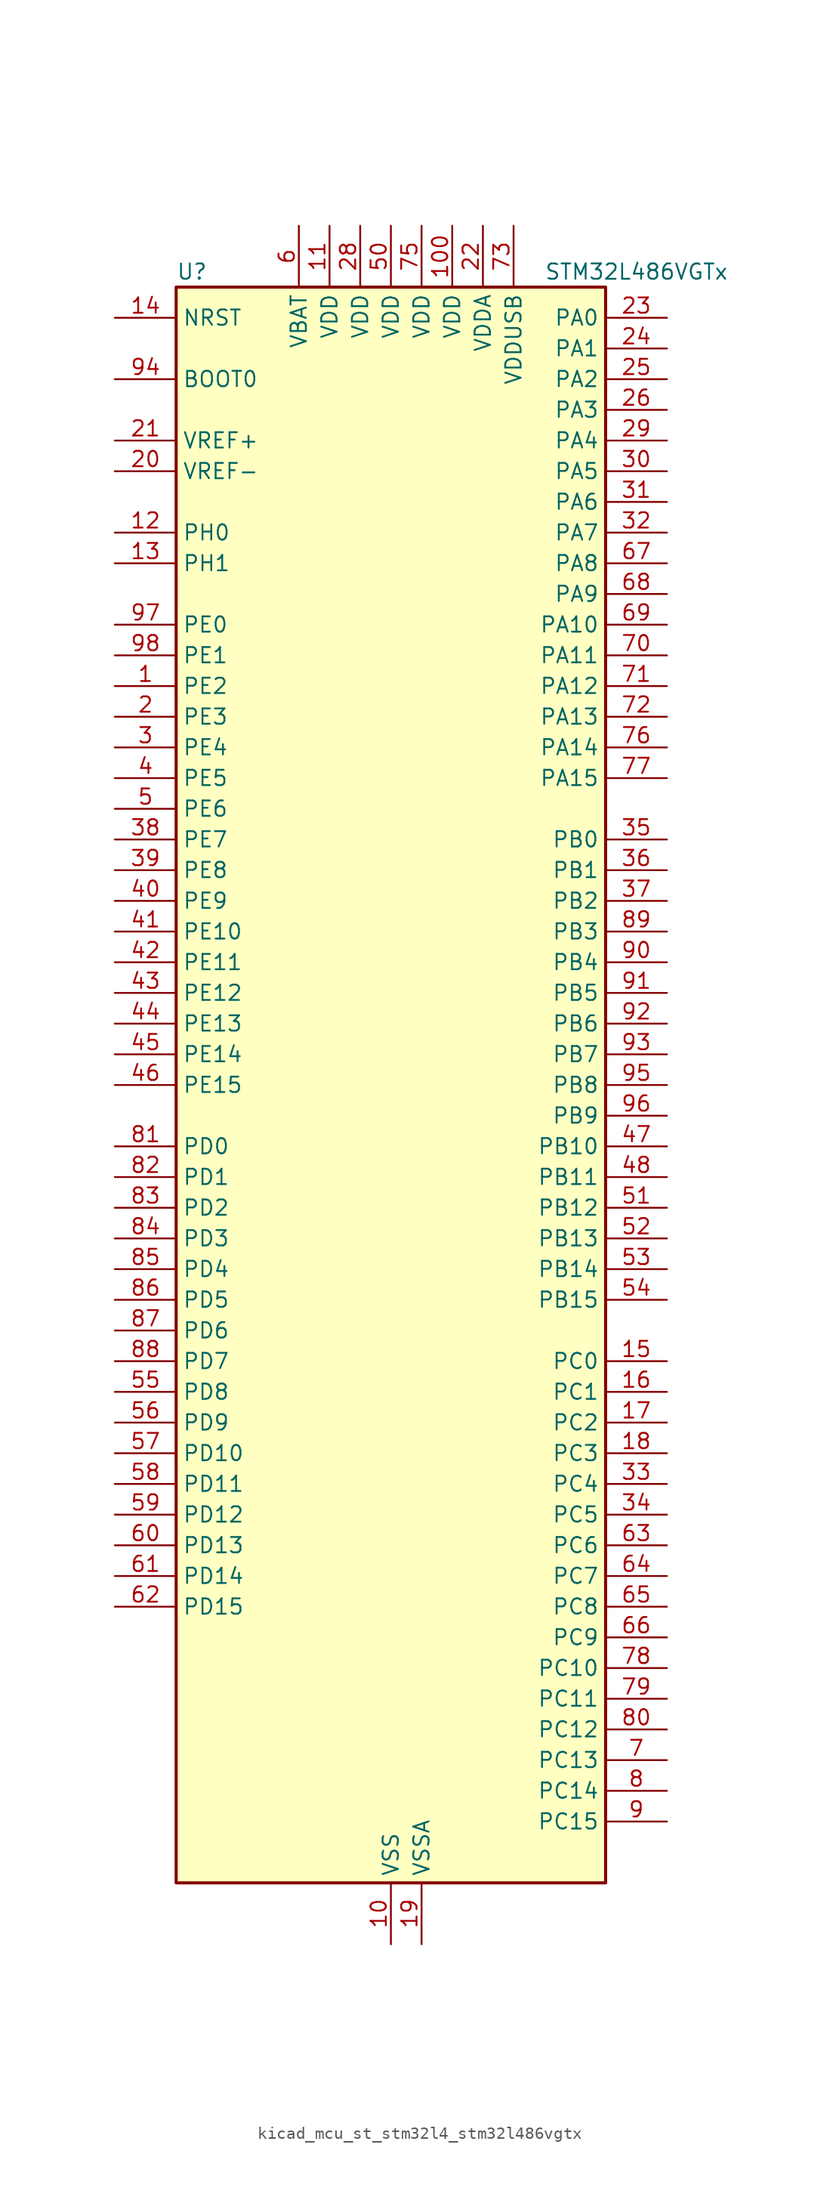
<source format=kicad_sym>
(kicad_symbol_lib
  (version 20220914)
  (generator kicad_symbol_editor)
  (symbol "kicad_mcu_st_stm32l4_stm32l486vgtx"
    (property "Reference" "U"
      (at -17.78 67.31 0)
      (effects (font (size 1.27 1.27)) (justify left)))
    (property "Value" "STM32L486VGTx"
      (at 12.7 67.31 0)
      (effects (font (size 1.27 1.27)) (justify left)))
    (property "ki_locked" ""
      (at 0 0 0)
      (effects (font (size 1.27 1.27))))
    (symbol "kicad_mcu_st_stm32l4_stm32l486vgtx_0_1"
      (rectangle (start -17.78 -66.04) (end 17.78 66.04) (stroke (width 0.254) (type default)) (fill (type background))))
    (symbol "kicad_mcu_st_stm32l4_stm32l486vgtx_1_1"
      (pin bidirectional line (at -22.86 33.02 0) (length 5.08) (name "PE2" (effects (font (size 1.27 1.27)))) (number "1" (effects (font (size 1.27 1.27)))) (alternate "FMC_A23" bidirectional line) (alternate "LCD_SEG38" bidirectional line) (alternate "SAI1_MCLK_A" bidirectional line) (alternate "SYS_TRACECLK" bidirectional line) (alternate "TIM3_ETR" bidirectional line) (alternate "TSC_G7_IO1" bidirectional line))
      (pin power_in line (at 0 -71.12 90) (length 5.08) (name "VSS" (effects (font (size 1.27 1.27)))) (number "10" (effects (font (size 1.27 1.27)))))
      (pin power_in line (at 5.08 71.12 270) (length 5.08) (name "VDD" (effects (font (size 1.27 1.27)))) (number "100" (effects (font (size 1.27 1.27)))))
      (pin power_in line (at -5.08 71.12 270) (length 5.08) (name "VDD" (effects (font (size 1.27 1.27)))) (number "11" (effects (font (size 1.27 1.27)))))
      (pin bidirectional line (at -22.86 45.72 0) (length 5.08) (name "PH0" (effects (font (size 1.27 1.27)))) (number "12" (effects (font (size 1.27 1.27)))) (alternate "RCC_OSC_IN" bidirectional line))
      (pin bidirectional line (at -22.86 43.18 0) (length 5.08) (name "PH1" (effects (font (size 1.27 1.27)))) (number "13" (effects (font (size 1.27 1.27)))) (alternate "RCC_OSC_OUT" bidirectional line))
      (pin input line (at -22.86 63.5 0) (length 5.08) (name "NRST" (effects (font (size 1.27 1.27)))) (number "14" (effects (font (size 1.27 1.27)))))
      (pin bidirectional line (at 22.86 -22.86 180) (length 5.08) (name "PC0" (effects (font (size 1.27 1.27)))) (number "15" (effects (font (size 1.27 1.27)))) (alternate "ADC1_IN1" bidirectional line) (alternate "ADC2_IN1" bidirectional line) (alternate "ADC3_IN1" bidirectional line) (alternate "DFSDM1_DATIN4" bidirectional line) (alternate "I2C3_SCL" bidirectional line) (alternate "LCD_SEG18" bidirectional line) (alternate "LPTIM1_IN1" bidirectional line) (alternate "LPTIM2_IN1" bidirectional line) (alternate "LPUART1_RX" bidirectional line))
      (pin bidirectional line (at 22.86 -25.4 180) (length 5.08) (name "PC1" (effects (font (size 1.27 1.27)))) (number "16" (effects (font (size 1.27 1.27)))) (alternate "ADC1_IN2" bidirectional line) (alternate "ADC2_IN2" bidirectional line) (alternate "ADC3_IN2" bidirectional line) (alternate "DFSDM1_CKIN4" bidirectional line) (alternate "I2C3_SDA" bidirectional line) (alternate "LCD_SEG19" bidirectional line) (alternate "LPTIM1_OUT" bidirectional line) (alternate "LPUART1_TX" bidirectional line))
      (pin bidirectional line (at 22.86 -27.94 180) (length 5.08) (name "PC2" (effects (font (size 1.27 1.27)))) (number "17" (effects (font (size 1.27 1.27)))) (alternate "ADC1_IN3" bidirectional line) (alternate "ADC2_IN3" bidirectional line) (alternate "ADC3_IN3" bidirectional line) (alternate "DFSDM1_CKOUT" bidirectional line) (alternate "LCD_SEG20" bidirectional line) (alternate "LPTIM1_IN2" bidirectional line) (alternate "SPI2_MISO" bidirectional line))
      (pin bidirectional line (at 22.86 -30.48 180) (length 5.08) (name "PC3" (effects (font (size 1.27 1.27)))) (number "18" (effects (font (size 1.27 1.27)))) (alternate "ADC1_IN4" bidirectional line) (alternate "ADC2_IN4" bidirectional line) (alternate "ADC3_IN4" bidirectional line) (alternate "LCD_VLCD" bidirectional line) (alternate "LPTIM1_ETR" bidirectional line) (alternate "LPTIM2_ETR" bidirectional line) (alternate "SAI1_SD_A" bidirectional line) (alternate "SPI2_MOSI" bidirectional line))
      (pin power_in line (at 2.54 -71.12 90) (length 5.08) (name "VSSA" (effects (font (size 1.27 1.27)))) (number "19" (effects (font (size 1.27 1.27)))))
      (pin bidirectional line (at -22.86 30.48 0) (length 5.08) (name "PE3" (effects (font (size 1.27 1.27)))) (number "2" (effects (font (size 1.27 1.27)))) (alternate "FMC_A19" bidirectional line) (alternate "LCD_SEG39" bidirectional line) (alternate "SAI1_SD_B" bidirectional line) (alternate "SYS_TRACED0" bidirectional line) (alternate "TIM3_CH1" bidirectional line) (alternate "TSC_G7_IO2" bidirectional line))
      (pin input line (at -22.86 50.8 0) (length 5.08) (name "VREF-" (effects (font (size 1.27 1.27)))) (number "20" (effects (font (size 1.27 1.27)))))
      (pin input line (at -22.86 53.34 0) (length 5.08) (name "VREF+" (effects (font (size 1.27 1.27)))) (number "21" (effects (font (size 1.27 1.27)))) (alternate "VREFBUF_OUT" bidirectional line))
      (pin power_in line (at 7.62 71.12 270) (length 5.08) (name "VDDA" (effects (font (size 1.27 1.27)))) (number "22" (effects (font (size 1.27 1.27)))))
      (pin bidirectional line (at 22.86 63.5 180) (length 5.08) (name "PA0" (effects (font (size 1.27 1.27)))) (number "23" (effects (font (size 1.27 1.27)))) (alternate "ADC1_IN5" bidirectional line) (alternate "ADC2_IN5" bidirectional line) (alternate "OPAMP1_VINP" bidirectional line) (alternate "RTC_TAMP2" bidirectional line) (alternate "SAI1_EXTCLK" bidirectional line) (alternate "SYS_WKUP1" bidirectional line) (alternate "TIM2_CH1" bidirectional line) (alternate "TIM2_ETR" bidirectional line) (alternate "TIM5_CH1" bidirectional line) (alternate "TIM8_ETR" bidirectional line) (alternate "UART4_TX" bidirectional line) (alternate "USART2_CTS" bidirectional line))
      (pin bidirectional line (at 22.86 60.96 180) (length 5.08) (name "PA1" (effects (font (size 1.27 1.27)))) (number "24" (effects (font (size 1.27 1.27)))) (alternate "ADC1_IN6" bidirectional line) (alternate "ADC2_IN6" bidirectional line) (alternate "LCD_SEG0" bidirectional line) (alternate "OPAMP1_VINM" bidirectional line) (alternate "TIM15_CH1N" bidirectional line) (alternate "TIM2_CH2" bidirectional line) (alternate "TIM5_CH2" bidirectional line) (alternate "UART4_RX" bidirectional line) (alternate "USART2_DE" bidirectional line) (alternate "USART2_RTS" bidirectional line))
      (pin bidirectional line (at 22.86 58.42 180) (length 5.08) (name "PA2" (effects (font (size 1.27 1.27)))) (number "25" (effects (font (size 1.27 1.27)))) (alternate "ADC1_IN7" bidirectional line) (alternate "ADC2_IN7" bidirectional line) (alternate "LCD_SEG1" bidirectional line) (alternate "RCC_LSCO" bidirectional line) (alternate "SAI2_EXTCLK" bidirectional line) (alternate "SYS_WKUP4" bidirectional line) (alternate "TIM15_CH1" bidirectional line) (alternate "TIM2_CH3" bidirectional line) (alternate "TIM5_CH3" bidirectional line) (alternate "USART2_TX" bidirectional line))
      (pin bidirectional line (at 22.86 55.88 180) (length 5.08) (name "PA3" (effects (font (size 1.27 1.27)))) (number "26" (effects (font (size 1.27 1.27)))) (alternate "ADC1_IN8" bidirectional line) (alternate "ADC2_IN8" bidirectional line) (alternate "LCD_SEG2" bidirectional line) (alternate "OPAMP1_VOUT" bidirectional line) (alternate "TIM15_CH2" bidirectional line) (alternate "TIM2_CH4" bidirectional line) (alternate "TIM5_CH4" bidirectional line) (alternate "USART2_RX" bidirectional line))
      (pin passive line (at 0 -71.12 90) (length 5.08) hide (name "VSS" (effects (font (size 1.27 1.27)))) (number "27" (effects (font (size 1.27 1.27)))))
      (pin power_in line (at -2.54 71.12 270) (length 5.08) (name "VDD" (effects (font (size 1.27 1.27)))) (number "28" (effects (font (size 1.27 1.27)))))
      (pin bidirectional line (at 22.86 53.34 180) (length 5.08) (name "PA4" (effects (font (size 1.27 1.27)))) (number "29" (effects (font (size 1.27 1.27)))) (alternate "ADC1_IN9" bidirectional line) (alternate "ADC2_IN9" bidirectional line) (alternate "DAC1_OUT1" bidirectional line) (alternate "LPTIM2_OUT" bidirectional line) (alternate "SAI1_FS_B" bidirectional line) (alternate "SPI1_NSS" bidirectional line) (alternate "SPI3_NSS" bidirectional line) (alternate "USART2_CK" bidirectional line))
      (pin bidirectional line (at -22.86 27.94 0) (length 5.08) (name "PE4" (effects (font (size 1.27 1.27)))) (number "3" (effects (font (size 1.27 1.27)))) (alternate "DFSDM1_DATIN3" bidirectional line) (alternate "FMC_A20" bidirectional line) (alternate "SAI1_FS_A" bidirectional line) (alternate "SYS_TRACED1" bidirectional line) (alternate "TIM3_CH2" bidirectional line) (alternate "TSC_G7_IO3" bidirectional line))
      (pin bidirectional line (at 22.86 50.8 180) (length 5.08) (name "PA5" (effects (font (size 1.27 1.27)))) (number "30" (effects (font (size 1.27 1.27)))) (alternate "ADC1_IN10" bidirectional line) (alternate "ADC2_IN10" bidirectional line) (alternate "DAC1_OUT2" bidirectional line) (alternate "LPTIM2_ETR" bidirectional line) (alternate "SPI1_SCK" bidirectional line) (alternate "TIM2_CH1" bidirectional line) (alternate "TIM2_ETR" bidirectional line) (alternate "TIM8_CH1N" bidirectional line))
      (pin bidirectional line (at 22.86 48.26 180) (length 5.08) (name "PA6" (effects (font (size 1.27 1.27)))) (number "31" (effects (font (size 1.27 1.27)))) (alternate "ADC1_IN11" bidirectional line) (alternate "ADC2_IN11" bidirectional line) (alternate "LCD_SEG3" bidirectional line) (alternate "OPAMP2_VINP" bidirectional line) (alternate "QUADSPI_BK1_IO3" bidirectional line) (alternate "SPI1_MISO" bidirectional line) (alternate "TIM16_CH1" bidirectional line) (alternate "TIM1_BKIN" bidirectional line) (alternate "TIM1_BKIN_COMP2" bidirectional line) (alternate "TIM3_CH1" bidirectional line) (alternate "TIM8_BKIN" bidirectional line) (alternate "TIM8_BKIN_COMP2" bidirectional line) (alternate "USART3_CTS" bidirectional line))
      (pin bidirectional line (at 22.86 45.72 180) (length 5.08) (name "PA7" (effects (font (size 1.27 1.27)))) (number "32" (effects (font (size 1.27 1.27)))) (alternate "ADC1_IN12" bidirectional line) (alternate "ADC2_IN12" bidirectional line) (alternate "LCD_SEG4" bidirectional line) (alternate "OPAMP2_VINM" bidirectional line) (alternate "QUADSPI_BK1_IO2" bidirectional line) (alternate "SPI1_MOSI" bidirectional line) (alternate "TIM17_CH1" bidirectional line) (alternate "TIM1_CH1N" bidirectional line) (alternate "TIM3_CH2" bidirectional line) (alternate "TIM8_CH1N" bidirectional line))
      (pin bidirectional line (at 22.86 -33.02 180) (length 5.08) (name "PC4" (effects (font (size 1.27 1.27)))) (number "33" (effects (font (size 1.27 1.27)))) (alternate "ADC1_IN13" bidirectional line) (alternate "ADC2_IN13" bidirectional line) (alternate "COMP1_INM" bidirectional line) (alternate "LCD_SEG22" bidirectional line) (alternate "USART3_TX" bidirectional line))
      (pin bidirectional line (at 22.86 -35.56 180) (length 5.08) (name "PC5" (effects (font (size 1.27 1.27)))) (number "34" (effects (font (size 1.27 1.27)))) (alternate "ADC1_IN14" bidirectional line) (alternate "ADC2_IN14" bidirectional line) (alternate "COMP1_INP" bidirectional line) (alternate "LCD_SEG23" bidirectional line) (alternate "SYS_WKUP5" bidirectional line) (alternate "USART3_RX" bidirectional line))
      (pin bidirectional line (at 22.86 20.32 180) (length 5.08) (name "PB0" (effects (font (size 1.27 1.27)))) (number "35" (effects (font (size 1.27 1.27)))) (alternate "ADC1_IN15" bidirectional line) (alternate "ADC2_IN15" bidirectional line) (alternate "COMP1_OUT" bidirectional line) (alternate "LCD_SEG5" bidirectional line) (alternate "OPAMP2_VOUT" bidirectional line) (alternate "QUADSPI_BK1_IO1" bidirectional line) (alternate "TIM1_CH2N" bidirectional line) (alternate "TIM3_CH3" bidirectional line) (alternate "TIM8_CH2N" bidirectional line) (alternate "USART3_CK" bidirectional line))
      (pin bidirectional line (at 22.86 17.78 180) (length 5.08) (name "PB1" (effects (font (size 1.27 1.27)))) (number "36" (effects (font (size 1.27 1.27)))) (alternate "ADC1_IN16" bidirectional line) (alternate "ADC2_IN16" bidirectional line) (alternate "COMP1_INM" bidirectional line) (alternate "DFSDM1_DATIN0" bidirectional line) (alternate "LCD_SEG6" bidirectional line) (alternate "LPTIM2_IN1" bidirectional line) (alternate "QUADSPI_BK1_IO0" bidirectional line) (alternate "TIM1_CH3N" bidirectional line) (alternate "TIM3_CH4" bidirectional line) (alternate "TIM8_CH3N" bidirectional line) (alternate "USART3_DE" bidirectional line) (alternate "USART3_RTS" bidirectional line))
      (pin bidirectional line (at 22.86 15.24 180) (length 5.08) (name "PB2" (effects (font (size 1.27 1.27)))) (number "37" (effects (font (size 1.27 1.27)))) (alternate "COMP1_INP" bidirectional line) (alternate "DFSDM1_CKIN0" bidirectional line) (alternate "I2C3_SMBA" bidirectional line) (alternate "LPTIM1_OUT" bidirectional line) (alternate "RTC_OUT_ALARM" bidirectional line) (alternate "RTC_OUT_CALIB" bidirectional line))
      (pin bidirectional line (at -22.86 20.32 0) (length 5.08) (name "PE7" (effects (font (size 1.27 1.27)))) (number "38" (effects (font (size 1.27 1.27)))) (alternate "DFSDM1_DATIN2" bidirectional line) (alternate "FMC_D4" bidirectional line) (alternate "FMC_DA4" bidirectional line) (alternate "SAI1_SD_B" bidirectional line) (alternate "TIM1_ETR" bidirectional line))
      (pin bidirectional line (at -22.86 17.78 0) (length 5.08) (name "PE8" (effects (font (size 1.27 1.27)))) (number "39" (effects (font (size 1.27 1.27)))) (alternate "DFSDM1_CKIN2" bidirectional line) (alternate "FMC_D5" bidirectional line) (alternate "FMC_DA5" bidirectional line) (alternate "SAI1_SCK_B" bidirectional line) (alternate "TIM1_CH1N" bidirectional line))
      (pin bidirectional line (at -22.86 25.4 0) (length 5.08) (name "PE5" (effects (font (size 1.27 1.27)))) (number "4" (effects (font (size 1.27 1.27)))) (alternate "DFSDM1_CKIN3" bidirectional line) (alternate "FMC_A21" bidirectional line) (alternate "SAI1_SCK_A" bidirectional line) (alternate "SYS_TRACED2" bidirectional line) (alternate "TIM3_CH3" bidirectional line) (alternate "TSC_G7_IO4" bidirectional line))
      (pin bidirectional line (at -22.86 15.24 0) (length 5.08) (name "PE9" (effects (font (size 1.27 1.27)))) (number "40" (effects (font (size 1.27 1.27)))) (alternate "DAC1_EXTI9" bidirectional line) (alternate "DFSDM1_CKOUT" bidirectional line) (alternate "FMC_D6" bidirectional line) (alternate "FMC_DA6" bidirectional line) (alternate "SAI1_FS_B" bidirectional line) (alternate "TIM1_CH1" bidirectional line))
      (pin bidirectional line (at -22.86 12.7 0) (length 5.08) (name "PE10" (effects (font (size 1.27 1.27)))) (number "41" (effects (font (size 1.27 1.27)))) (alternate "DFSDM1_DATIN4" bidirectional line) (alternate "FMC_D7" bidirectional line) (alternate "FMC_DA7" bidirectional line) (alternate "QUADSPI_CLK" bidirectional line) (alternate "SAI1_MCLK_B" bidirectional line) (alternate "TIM1_CH2N" bidirectional line) (alternate "TSC_G5_IO1" bidirectional line))
      (pin bidirectional line (at -22.86 10.16 0) (length 5.08) (name "PE11" (effects (font (size 1.27 1.27)))) (number "42" (effects (font (size 1.27 1.27)))) (alternate "ADC1_EXTI11" bidirectional line) (alternate "ADC2_EXTI11" bidirectional line) (alternate "ADC3_EXTI11" bidirectional line) (alternate "DFSDM1_CKIN4" bidirectional line) (alternate "FMC_D8" bidirectional line) (alternate "FMC_DA8" bidirectional line) (alternate "QUADSPI_NCS" bidirectional line) (alternate "TIM1_CH2" bidirectional line) (alternate "TSC_G5_IO2" bidirectional line))
      (pin bidirectional line (at -22.86 7.62 0) (length 5.08) (name "PE12" (effects (font (size 1.27 1.27)))) (number "43" (effects (font (size 1.27 1.27)))) (alternate "DFSDM1_DATIN5" bidirectional line) (alternate "FMC_D9" bidirectional line) (alternate "FMC_DA9" bidirectional line) (alternate "QUADSPI_BK1_IO0" bidirectional line) (alternate "SPI1_NSS" bidirectional line) (alternate "TIM1_CH3N" bidirectional line) (alternate "TSC_G5_IO3" bidirectional line))
      (pin bidirectional line (at -22.86 5.08 0) (length 5.08) (name "PE13" (effects (font (size 1.27 1.27)))) (number "44" (effects (font (size 1.27 1.27)))) (alternate "DFSDM1_CKIN5" bidirectional line) (alternate "FMC_D10" bidirectional line) (alternate "FMC_DA10" bidirectional line) (alternate "QUADSPI_BK1_IO1" bidirectional line) (alternate "SPI1_SCK" bidirectional line) (alternate "TIM1_CH3" bidirectional line) (alternate "TSC_G5_IO4" bidirectional line))
      (pin bidirectional line (at -22.86 2.54 0) (length 5.08) (name "PE14" (effects (font (size 1.27 1.27)))) (number "45" (effects (font (size 1.27 1.27)))) (alternate "FMC_D11" bidirectional line) (alternate "FMC_DA11" bidirectional line) (alternate "QUADSPI_BK1_IO2" bidirectional line) (alternate "SPI1_MISO" bidirectional line) (alternate "TIM1_BKIN2" bidirectional line) (alternate "TIM1_BKIN2_COMP2" bidirectional line) (alternate "TIM1_CH4" bidirectional line))
      (pin bidirectional line (at -22.86 0 0) (length 5.08) (name "PE15" (effects (font (size 1.27 1.27)))) (number "46" (effects (font (size 1.27 1.27)))) (alternate "ADC1_EXTI15" bidirectional line) (alternate "ADC2_EXTI15" bidirectional line) (alternate "ADC3_EXTI15" bidirectional line) (alternate "FMC_D12" bidirectional line) (alternate "FMC_DA12" bidirectional line) (alternate "QUADSPI_BK1_IO3" bidirectional line) (alternate "SPI1_MOSI" bidirectional line) (alternate "TIM1_BKIN" bidirectional line) (alternate "TIM1_BKIN_COMP1" bidirectional line))
      (pin bidirectional line (at 22.86 -5.08 180) (length 5.08) (name "PB10" (effects (font (size 1.27 1.27)))) (number "47" (effects (font (size 1.27 1.27)))) (alternate "COMP1_OUT" bidirectional line) (alternate "DFSDM1_DATIN7" bidirectional line) (alternate "I2C2_SCL" bidirectional line) (alternate "LCD_SEG10" bidirectional line) (alternate "LPUART1_RX" bidirectional line) (alternate "QUADSPI_CLK" bidirectional line) (alternate "SAI1_SCK_A" bidirectional line) (alternate "SPI2_SCK" bidirectional line) (alternate "TIM2_CH3" bidirectional line) (alternate "USART3_TX" bidirectional line))
      (pin bidirectional line (at 22.86 -7.62 180) (length 5.08) (name "PB11" (effects (font (size 1.27 1.27)))) (number "48" (effects (font (size 1.27 1.27)))) (alternate "ADC1_EXTI11" bidirectional line) (alternate "ADC2_EXTI11" bidirectional line) (alternate "ADC3_EXTI11" bidirectional line) (alternate "COMP2_OUT" bidirectional line) (alternate "DFSDM1_CKIN7" bidirectional line) (alternate "I2C2_SDA" bidirectional line) (alternate "LCD_SEG11" bidirectional line) (alternate "LPUART1_TX" bidirectional line) (alternate "QUADSPI_NCS" bidirectional line) (alternate "TIM2_CH4" bidirectional line) (alternate "USART3_RX" bidirectional line))
      (pin passive line (at 0 -71.12 90) (length 5.08) hide (name "VSS" (effects (font (size 1.27 1.27)))) (number "49" (effects (font (size 1.27 1.27)))))
      (pin bidirectional line (at -22.86 22.86 0) (length 5.08) (name "PE6" (effects (font (size 1.27 1.27)))) (number "5" (effects (font (size 1.27 1.27)))) (alternate "FMC_A22" bidirectional line) (alternate "RTC_TAMP3" bidirectional line) (alternate "SAI1_SD_A" bidirectional line) (alternate "SYS_TRACED3" bidirectional line) (alternate "SYS_WKUP3" bidirectional line) (alternate "TIM3_CH4" bidirectional line))
      (pin power_in line (at 0 71.12 270) (length 5.08) (name "VDD" (effects (font (size 1.27 1.27)))) (number "50" (effects (font (size 1.27 1.27)))))
      (pin bidirectional line (at 22.86 -10.16 180) (length 5.08) (name "PB12" (effects (font (size 1.27 1.27)))) (number "51" (effects (font (size 1.27 1.27)))) (alternate "DFSDM1_DATIN1" bidirectional line) (alternate "I2C2_SMBA" bidirectional line) (alternate "LCD_SEG12" bidirectional line) (alternate "LPUART1_DE" bidirectional line) (alternate "LPUART1_RTS" bidirectional line) (alternate "SAI2_FS_A" bidirectional line) (alternate "SPI2_NSS" bidirectional line) (alternate "SWPMI1_IO" bidirectional line) (alternate "TIM15_BKIN" bidirectional line) (alternate "TIM1_BKIN" bidirectional line) (alternate "TIM1_BKIN_COMP2" bidirectional line) (alternate "TSC_G1_IO1" bidirectional line) (alternate "USART3_CK" bidirectional line))
      (pin bidirectional line (at 22.86 -12.7 180) (length 5.08) (name "PB13" (effects (font (size 1.27 1.27)))) (number "52" (effects (font (size 1.27 1.27)))) (alternate "DFSDM1_CKIN1" bidirectional line) (alternate "I2C2_SCL" bidirectional line) (alternate "LCD_SEG13" bidirectional line) (alternate "LPUART1_CTS" bidirectional line) (alternate "SAI2_SCK_A" bidirectional line) (alternate "SPI2_SCK" bidirectional line) (alternate "SWPMI1_TX" bidirectional line) (alternate "TIM15_CH1N" bidirectional line) (alternate "TIM1_CH1N" bidirectional line) (alternate "TSC_G1_IO2" bidirectional line) (alternate "USART3_CTS" bidirectional line))
      (pin bidirectional line (at 22.86 -15.24 180) (length 5.08) (name "PB14" (effects (font (size 1.27 1.27)))) (number "53" (effects (font (size 1.27 1.27)))) (alternate "DFSDM1_DATIN2" bidirectional line) (alternate "I2C2_SDA" bidirectional line) (alternate "LCD_SEG14" bidirectional line) (alternate "SAI2_MCLK_A" bidirectional line) (alternate "SPI2_MISO" bidirectional line) (alternate "SWPMI1_RX" bidirectional line) (alternate "TIM15_CH1" bidirectional line) (alternate "TIM1_CH2N" bidirectional line) (alternate "TIM8_CH2N" bidirectional line) (alternate "TSC_G1_IO3" bidirectional line) (alternate "USART3_DE" bidirectional line) (alternate "USART3_RTS" bidirectional line))
      (pin bidirectional line (at 22.86 -17.78 180) (length 5.08) (name "PB15" (effects (font (size 1.27 1.27)))) (number "54" (effects (font (size 1.27 1.27)))) (alternate "ADC1_EXTI15" bidirectional line) (alternate "ADC2_EXTI15" bidirectional line) (alternate "ADC3_EXTI15" bidirectional line) (alternate "DFSDM1_CKIN2" bidirectional line) (alternate "LCD_SEG15" bidirectional line) (alternate "RTC_REFIN" bidirectional line) (alternate "SAI2_SD_A" bidirectional line) (alternate "SPI2_MOSI" bidirectional line) (alternate "SWPMI1_SUSPEND" bidirectional line) (alternate "TIM15_CH2" bidirectional line) (alternate "TIM1_CH3N" bidirectional line) (alternate "TIM8_CH3N" bidirectional line) (alternate "TSC_G1_IO4" bidirectional line))
      (pin bidirectional line (at -22.86 -25.4 0) (length 5.08) (name "PD8" (effects (font (size 1.27 1.27)))) (number "55" (effects (font (size 1.27 1.27)))) (alternate "FMC_D13" bidirectional line) (alternate "FMC_DA13" bidirectional line) (alternate "LCD_SEG28" bidirectional line) (alternate "USART3_TX" bidirectional line))
      (pin bidirectional line (at -22.86 -27.94 0) (length 5.08) (name "PD9" (effects (font (size 1.27 1.27)))) (number "56" (effects (font (size 1.27 1.27)))) (alternate "DAC1_EXTI9" bidirectional line) (alternate "FMC_D14" bidirectional line) (alternate "FMC_DA14" bidirectional line) (alternate "LCD_SEG29" bidirectional line) (alternate "SAI2_MCLK_A" bidirectional line) (alternate "USART3_RX" bidirectional line))
      (pin bidirectional line (at -22.86 -30.48 0) (length 5.08) (name "PD10" (effects (font (size 1.27 1.27)))) (number "57" (effects (font (size 1.27 1.27)))) (alternate "FMC_D15" bidirectional line) (alternate "FMC_DA15" bidirectional line) (alternate "LCD_SEG30" bidirectional line) (alternate "SAI2_SCK_A" bidirectional line) (alternate "TSC_G6_IO1" bidirectional line) (alternate "USART3_CK" bidirectional line))
      (pin bidirectional line (at -22.86 -33.02 0) (length 5.08) (name "PD11" (effects (font (size 1.27 1.27)))) (number "58" (effects (font (size 1.27 1.27)))) (alternate "ADC1_EXTI11" bidirectional line) (alternate "ADC2_EXTI11" bidirectional line) (alternate "ADC3_EXTI11" bidirectional line) (alternate "FMC_A16" bidirectional line) (alternate "FMC_CLE" bidirectional line) (alternate "LCD_SEG31" bidirectional line) (alternate "LPTIM2_ETR" bidirectional line) (alternate "SAI2_SD_A" bidirectional line) (alternate "TSC_G6_IO2" bidirectional line) (alternate "USART3_CTS" bidirectional line))
      (pin bidirectional line (at -22.86 -35.56 0) (length 5.08) (name "PD12" (effects (font (size 1.27 1.27)))) (number "59" (effects (font (size 1.27 1.27)))) (alternate "FMC_A17" bidirectional line) (alternate "FMC_ALE" bidirectional line) (alternate "LCD_SEG32" bidirectional line) (alternate "LPTIM2_IN1" bidirectional line) (alternate "SAI2_FS_A" bidirectional line) (alternate "TIM4_CH1" bidirectional line) (alternate "TSC_G6_IO3" bidirectional line) (alternate "USART3_DE" bidirectional line) (alternate "USART3_RTS" bidirectional line))
      (pin power_in line (at -7.62 71.12 270) (length 5.08) (name "VBAT" (effects (font (size 1.27 1.27)))) (number "6" (effects (font (size 1.27 1.27)))))
      (pin bidirectional line (at -22.86 -38.1 0) (length 5.08) (name "PD13" (effects (font (size 1.27 1.27)))) (number "60" (effects (font (size 1.27 1.27)))) (alternate "FMC_A18" bidirectional line) (alternate "LCD_SEG33" bidirectional line) (alternate "LPTIM2_OUT" bidirectional line) (alternate "TIM4_CH2" bidirectional line) (alternate "TSC_G6_IO4" bidirectional line))
      (pin bidirectional line (at -22.86 -40.64 0) (length 5.08) (name "PD14" (effects (font (size 1.27 1.27)))) (number "61" (effects (font (size 1.27 1.27)))) (alternate "FMC_D0" bidirectional line) (alternate "FMC_DA0" bidirectional line) (alternate "LCD_SEG34" bidirectional line) (alternate "TIM4_CH3" bidirectional line))
      (pin bidirectional line (at -22.86 -43.18 0) (length 5.08) (name "PD15" (effects (font (size 1.27 1.27)))) (number "62" (effects (font (size 1.27 1.27)))) (alternate "ADC1_EXTI15" bidirectional line) (alternate "ADC2_EXTI15" bidirectional line) (alternate "ADC3_EXTI15" bidirectional line) (alternate "FMC_D1" bidirectional line) (alternate "FMC_DA1" bidirectional line) (alternate "LCD_SEG35" bidirectional line) (alternate "TIM4_CH4" bidirectional line))
      (pin bidirectional line (at 22.86 -38.1 180) (length 5.08) (name "PC6" (effects (font (size 1.27 1.27)))) (number "63" (effects (font (size 1.27 1.27)))) (alternate "DFSDM1_CKIN3" bidirectional line) (alternate "LCD_SEG24" bidirectional line) (alternate "SAI2_MCLK_A" bidirectional line) (alternate "SDMMC1_D6" bidirectional line) (alternate "TIM3_CH1" bidirectional line) (alternate "TIM8_CH1" bidirectional line) (alternate "TSC_G4_IO1" bidirectional line))
      (pin bidirectional line (at 22.86 -40.64 180) (length 5.08) (name "PC7" (effects (font (size 1.27 1.27)))) (number "64" (effects (font (size 1.27 1.27)))) (alternate "DFSDM1_DATIN3" bidirectional line) (alternate "LCD_SEG25" bidirectional line) (alternate "SAI2_MCLK_B" bidirectional line) (alternate "SDMMC1_D7" bidirectional line) (alternate "TIM3_CH2" bidirectional line) (alternate "TIM8_CH2" bidirectional line) (alternate "TSC_G4_IO2" bidirectional line))
      (pin bidirectional line (at 22.86 -43.18 180) (length 5.08) (name "PC8" (effects (font (size 1.27 1.27)))) (number "65" (effects (font (size 1.27 1.27)))) (alternate "LCD_SEG26" bidirectional line) (alternate "SDMMC1_D0" bidirectional line) (alternate "TIM3_CH3" bidirectional line) (alternate "TIM8_CH3" bidirectional line) (alternate "TSC_G4_IO3" bidirectional line))
      (pin bidirectional line (at 22.86 -45.72 180) (length 5.08) (name "PC9" (effects (font (size 1.27 1.27)))) (number "66" (effects (font (size 1.27 1.27)))) (alternate "DAC1_EXTI9" bidirectional line) (alternate "LCD_SEG27" bidirectional line) (alternate "SAI2_EXTCLK" bidirectional line) (alternate "SDMMC1_D1" bidirectional line) (alternate "TIM3_CH4" bidirectional line) (alternate "TIM8_BKIN2" bidirectional line) (alternate "TIM8_BKIN2_COMP1" bidirectional line) (alternate "TIM8_CH4" bidirectional line) (alternate "TSC_G4_IO4" bidirectional line) (alternate "USB_OTG_FS_NOE" bidirectional line))
      (pin bidirectional line (at 22.86 43.18 180) (length 5.08) (name "PA8" (effects (font (size 1.27 1.27)))) (number "67" (effects (font (size 1.27 1.27)))) (alternate "LCD_COM0" bidirectional line) (alternate "LPTIM2_OUT" bidirectional line) (alternate "RCC_MCO" bidirectional line) (alternate "TIM1_CH1" bidirectional line) (alternate "USART1_CK" bidirectional line) (alternate "USB_OTG_FS_SOF" bidirectional line))
      (pin bidirectional line (at 22.86 40.64 180) (length 5.08) (name "PA9" (effects (font (size 1.27 1.27)))) (number "68" (effects (font (size 1.27 1.27)))) (alternate "DAC1_EXTI9" bidirectional line) (alternate "LCD_COM1" bidirectional line) (alternate "TIM15_BKIN" bidirectional line) (alternate "TIM1_CH2" bidirectional line) (alternate "USART1_TX" bidirectional line) (alternate "USB_OTG_FS_VBUS" bidirectional line))
      (pin bidirectional line (at 22.86 38.1 180) (length 5.08) (name "PA10" (effects (font (size 1.27 1.27)))) (number "69" (effects (font (size 1.27 1.27)))) (alternate "LCD_COM2" bidirectional line) (alternate "TIM17_BKIN" bidirectional line) (alternate "TIM1_CH3" bidirectional line) (alternate "USART1_RX" bidirectional line) (alternate "USB_OTG_FS_ID" bidirectional line))
      (pin bidirectional line (at 22.86 -55.88 180) (length 5.08) (name "PC13" (effects (font (size 1.27 1.27)))) (number "7" (effects (font (size 1.27 1.27)))) (alternate "RTC_OUT_ALARM" bidirectional line) (alternate "RTC_OUT_CALIB" bidirectional line) (alternate "RTC_TAMP1" bidirectional line) (alternate "RTC_TS" bidirectional line) (alternate "SYS_WKUP2" bidirectional line))
      (pin bidirectional line (at 22.86 35.56 180) (length 5.08) (name "PA11" (effects (font (size 1.27 1.27)))) (number "70" (effects (font (size 1.27 1.27)))) (alternate "ADC1_EXTI11" bidirectional line) (alternate "ADC2_EXTI11" bidirectional line) (alternate "ADC3_EXTI11" bidirectional line) (alternate "CAN1_RX" bidirectional line) (alternate "TIM1_BKIN2" bidirectional line) (alternate "TIM1_BKIN2_COMP1" bidirectional line) (alternate "TIM1_CH4" bidirectional line) (alternate "USART1_CTS" bidirectional line) (alternate "USB_OTG_FS_DM" bidirectional line))
      (pin bidirectional line (at 22.86 33.02 180) (length 5.08) (name "PA12" (effects (font (size 1.27 1.27)))) (number "71" (effects (font (size 1.27 1.27)))) (alternate "CAN1_TX" bidirectional line) (alternate "TIM1_ETR" bidirectional line) (alternate "USART1_DE" bidirectional line) (alternate "USART1_RTS" bidirectional line) (alternate "USB_OTG_FS_DP" bidirectional line))
      (pin bidirectional line (at 22.86 30.48 180) (length 5.08) (name "PA13" (effects (font (size 1.27 1.27)))) (number "72" (effects (font (size 1.27 1.27)))) (alternate "IR_OUT" bidirectional line) (alternate "SYS_JTMS-SWDIO" bidirectional line) (alternate "USB_OTG_FS_NOE" bidirectional line))
      (pin power_in line (at 10.16 71.12 270) (length 5.08) (name "VDDUSB" (effects (font (size 1.27 1.27)))) (number "73" (effects (font (size 1.27 1.27)))))
      (pin passive line (at 0 -71.12 90) (length 5.08) hide (name "VSS" (effects (font (size 1.27 1.27)))) (number "74" (effects (font (size 1.27 1.27)))))
      (pin power_in line (at 2.54 71.12 270) (length 5.08) (name "VDD" (effects (font (size 1.27 1.27)))) (number "75" (effects (font (size 1.27 1.27)))))
      (pin bidirectional line (at 22.86 27.94 180) (length 5.08) (name "PA14" (effects (font (size 1.27 1.27)))) (number "76" (effects (font (size 1.27 1.27)))) (alternate "SYS_JTCK-SWCLK" bidirectional line))
      (pin bidirectional line (at 22.86 25.4 180) (length 5.08) (name "PA15" (effects (font (size 1.27 1.27)))) (number "77" (effects (font (size 1.27 1.27)))) (alternate "ADC1_EXTI15" bidirectional line) (alternate "ADC2_EXTI15" bidirectional line) (alternate "ADC3_EXTI15" bidirectional line) (alternate "LCD_SEG17" bidirectional line) (alternate "SAI2_FS_B" bidirectional line) (alternate "SPI1_NSS" bidirectional line) (alternate "SPI3_NSS" bidirectional line) (alternate "SYS_JTDI" bidirectional line) (alternate "TIM2_CH1" bidirectional line) (alternate "TIM2_ETR" bidirectional line) (alternate "TSC_G3_IO1" bidirectional line) (alternate "UART4_DE" bidirectional line) (alternate "UART4_RTS" bidirectional line))
      (pin bidirectional line (at 22.86 -48.26 180) (length 5.08) (name "PC10" (effects (font (size 1.27 1.27)))) (number "78" (effects (font (size 1.27 1.27)))) (alternate "LCD_COM4" bidirectional line) (alternate "LCD_SEG28" bidirectional line) (alternate "LCD_SEG40" bidirectional line) (alternate "SAI2_SCK_B" bidirectional line) (alternate "SDMMC1_D2" bidirectional line) (alternate "SPI3_SCK" bidirectional line) (alternate "TSC_G3_IO2" bidirectional line) (alternate "UART4_TX" bidirectional line) (alternate "USART3_TX" bidirectional line))
      (pin bidirectional line (at 22.86 -50.8 180) (length 5.08) (name "PC11" (effects (font (size 1.27 1.27)))) (number "79" (effects (font (size 1.27 1.27)))) (alternate "ADC1_EXTI11" bidirectional line) (alternate "ADC2_EXTI11" bidirectional line) (alternate "ADC3_EXTI11" bidirectional line) (alternate "LCD_COM5" bidirectional line) (alternate "LCD_SEG29" bidirectional line) (alternate "LCD_SEG41" bidirectional line) (alternate "SAI2_MCLK_B" bidirectional line) (alternate "SDMMC1_D3" bidirectional line) (alternate "SPI3_MISO" bidirectional line) (alternate "TSC_G3_IO3" bidirectional line) (alternate "UART4_RX" bidirectional line) (alternate "USART3_RX" bidirectional line))
      (pin bidirectional line (at 22.86 -58.42 180) (length 5.08) (name "PC14" (effects (font (size 1.27 1.27)))) (number "8" (effects (font (size 1.27 1.27)))) (alternate "RCC_OSC32_IN" bidirectional line))
      (pin bidirectional line (at 22.86 -53.34 180) (length 5.08) (name "PC12" (effects (font (size 1.27 1.27)))) (number "80" (effects (font (size 1.27 1.27)))) (alternate "LCD_COM6" bidirectional line) (alternate "LCD_SEG30" bidirectional line) (alternate "LCD_SEG42" bidirectional line) (alternate "SAI2_SD_B" bidirectional line) (alternate "SDMMC1_CK" bidirectional line) (alternate "SPI3_MOSI" bidirectional line) (alternate "TSC_G3_IO4" bidirectional line) (alternate "UART5_TX" bidirectional line) (alternate "USART3_CK" bidirectional line))
      (pin bidirectional line (at -22.86 -5.08 0) (length 5.08) (name "PD0" (effects (font (size 1.27 1.27)))) (number "81" (effects (font (size 1.27 1.27)))) (alternate "CAN1_RX" bidirectional line) (alternate "DFSDM1_DATIN7" bidirectional line) (alternate "FMC_D2" bidirectional line) (alternate "FMC_DA2" bidirectional line) (alternate "SPI2_NSS" bidirectional line))
      (pin bidirectional line (at -22.86 -7.62 0) (length 5.08) (name "PD1" (effects (font (size 1.27 1.27)))) (number "82" (effects (font (size 1.27 1.27)))) (alternate "CAN1_TX" bidirectional line) (alternate "DFSDM1_CKIN7" bidirectional line) (alternate "FMC_D3" bidirectional line) (alternate "FMC_DA3" bidirectional line) (alternate "SPI2_SCK" bidirectional line))
      (pin bidirectional line (at -22.86 -10.16 0) (length 5.08) (name "PD2" (effects (font (size 1.27 1.27)))) (number "83" (effects (font (size 1.27 1.27)))) (alternate "LCD_COM7" bidirectional line) (alternate "LCD_SEG31" bidirectional line) (alternate "LCD_SEG43" bidirectional line) (alternate "SDMMC1_CMD" bidirectional line) (alternate "TIM3_ETR" bidirectional line) (alternate "TSC_SYNC" bidirectional line) (alternate "UART5_RX" bidirectional line) (alternate "USART3_DE" bidirectional line) (alternate "USART3_RTS" bidirectional line))
      (pin bidirectional line (at -22.86 -12.7 0) (length 5.08) (name "PD3" (effects (font (size 1.27 1.27)))) (number "84" (effects (font (size 1.27 1.27)))) (alternate "DFSDM1_DATIN0" bidirectional line) (alternate "FMC_CLK" bidirectional line) (alternate "SPI2_MISO" bidirectional line) (alternate "USART2_CTS" bidirectional line))
      (pin bidirectional line (at -22.86 -15.24 0) (length 5.08) (name "PD4" (effects (font (size 1.27 1.27)))) (number "85" (effects (font (size 1.27 1.27)))) (alternate "DFSDM1_CKIN0" bidirectional line) (alternate "FMC_NOE" bidirectional line) (alternate "SPI2_MOSI" bidirectional line) (alternate "USART2_DE" bidirectional line) (alternate "USART2_RTS" bidirectional line))
      (pin bidirectional line (at -22.86 -17.78 0) (length 5.08) (name "PD5" (effects (font (size 1.27 1.27)))) (number "86" (effects (font (size 1.27 1.27)))) (alternate "FMC_NWE" bidirectional line) (alternate "USART2_TX" bidirectional line))
      (pin bidirectional line (at -22.86 -20.32 0) (length 5.08) (name "PD6" (effects (font (size 1.27 1.27)))) (number "87" (effects (font (size 1.27 1.27)))) (alternate "DFSDM1_DATIN1" bidirectional line) (alternate "FMC_NWAIT" bidirectional line) (alternate "SAI1_SD_A" bidirectional line) (alternate "USART2_RX" bidirectional line))
      (pin bidirectional line (at -22.86 -22.86 0) (length 5.08) (name "PD7" (effects (font (size 1.27 1.27)))) (number "88" (effects (font (size 1.27 1.27)))) (alternate "DFSDM1_CKIN1" bidirectional line) (alternate "FMC_NE1" bidirectional line) (alternate "USART2_CK" bidirectional line))
      (pin bidirectional line (at 22.86 12.7 180) (length 5.08) (name "PB3" (effects (font (size 1.27 1.27)))) (number "89" (effects (font (size 1.27 1.27)))) (alternate "COMP2_INM" bidirectional line) (alternate "LCD_SEG7" bidirectional line) (alternate "SAI1_SCK_B" bidirectional line) (alternate "SPI1_SCK" bidirectional line) (alternate "SPI3_SCK" bidirectional line) (alternate "SYS_JTDO-SWO" bidirectional line) (alternate "TIM2_CH2" bidirectional line) (alternate "USART1_DE" bidirectional line) (alternate "USART1_RTS" bidirectional line))
      (pin bidirectional line (at 22.86 -60.96 180) (length 5.08) (name "PC15" (effects (font (size 1.27 1.27)))) (number "9" (effects (font (size 1.27 1.27)))) (alternate "ADC1_EXTI15" bidirectional line) (alternate "ADC2_EXTI15" bidirectional line) (alternate "ADC3_EXTI15" bidirectional line) (alternate "RCC_OSC32_OUT" bidirectional line))
      (pin bidirectional line (at 22.86 10.16 180) (length 5.08) (name "PB4" (effects (font (size 1.27 1.27)))) (number "90" (effects (font (size 1.27 1.27)))) (alternate "COMP2_INP" bidirectional line) (alternate "LCD_SEG8" bidirectional line) (alternate "SAI1_MCLK_B" bidirectional line) (alternate "SPI1_MISO" bidirectional line) (alternate "SPI3_MISO" bidirectional line) (alternate "SYS_JTRST" bidirectional line) (alternate "TIM17_BKIN" bidirectional line) (alternate "TIM3_CH1" bidirectional line) (alternate "TSC_G2_IO1" bidirectional line) (alternate "UART5_DE" bidirectional line) (alternate "UART5_RTS" bidirectional line) (alternate "USART1_CTS" bidirectional line))
      (pin bidirectional line (at 22.86 7.62 180) (length 5.08) (name "PB5" (effects (font (size 1.27 1.27)))) (number "91" (effects (font (size 1.27 1.27)))) (alternate "COMP2_OUT" bidirectional line) (alternate "I2C1_SMBA" bidirectional line) (alternate "LCD_SEG9" bidirectional line) (alternate "LPTIM1_IN1" bidirectional line) (alternate "SAI1_SD_B" bidirectional line) (alternate "SPI1_MOSI" bidirectional line) (alternate "SPI3_MOSI" bidirectional line) (alternate "TIM16_BKIN" bidirectional line) (alternate "TIM3_CH2" bidirectional line) (alternate "TSC_G2_IO2" bidirectional line) (alternate "UART5_CTS" bidirectional line) (alternate "USART1_CK" bidirectional line))
      (pin bidirectional line (at 22.86 5.08 180) (length 5.08) (name "PB6" (effects (font (size 1.27 1.27)))) (number "92" (effects (font (size 1.27 1.27)))) (alternate "COMP2_INP" bidirectional line) (alternate "DFSDM1_DATIN5" bidirectional line) (alternate "I2C1_SCL" bidirectional line) (alternate "LPTIM1_ETR" bidirectional line) (alternate "SAI1_FS_B" bidirectional line) (alternate "TIM16_CH1N" bidirectional line) (alternate "TIM4_CH1" bidirectional line) (alternate "TIM8_BKIN2" bidirectional line) (alternate "TIM8_BKIN2_COMP2" bidirectional line) (alternate "TSC_G2_IO3" bidirectional line) (alternate "USART1_TX" bidirectional line))
      (pin bidirectional line (at 22.86 2.54 180) (length 5.08) (name "PB7" (effects (font (size 1.27 1.27)))) (number "93" (effects (font (size 1.27 1.27)))) (alternate "COMP2_INM" bidirectional line) (alternate "DFSDM1_CKIN5" bidirectional line) (alternate "FMC_NL" bidirectional line) (alternate "I2C1_SDA" bidirectional line) (alternate "LCD_SEG21" bidirectional line) (alternate "LPTIM1_IN2" bidirectional line) (alternate "SYS_PVD_IN" bidirectional line) (alternate "TIM17_CH1N" bidirectional line) (alternate "TIM4_CH2" bidirectional line) (alternate "TIM8_BKIN" bidirectional line) (alternate "TIM8_BKIN_COMP1" bidirectional line) (alternate "TSC_G2_IO4" bidirectional line) (alternate "UART4_CTS" bidirectional line) (alternate "USART1_RX" bidirectional line))
      (pin input line (at -22.86 58.42 0) (length 5.08) (name "BOOT0" (effects (font (size 1.27 1.27)))) (number "94" (effects (font (size 1.27 1.27)))))
      (pin bidirectional line (at 22.86 0 180) (length 5.08) (name "PB8" (effects (font (size 1.27 1.27)))) (number "95" (effects (font (size 1.27 1.27)))) (alternate "CAN1_RX" bidirectional line) (alternate "DFSDM1_DATIN6" bidirectional line) (alternate "I2C1_SCL" bidirectional line) (alternate "LCD_SEG16" bidirectional line) (alternate "SAI1_MCLK_A" bidirectional line) (alternate "SDMMC1_D4" bidirectional line) (alternate "TIM16_CH1" bidirectional line) (alternate "TIM4_CH3" bidirectional line))
      (pin bidirectional line (at 22.86 -2.54 180) (length 5.08) (name "PB9" (effects (font (size 1.27 1.27)))) (number "96" (effects (font (size 1.27 1.27)))) (alternate "CAN1_TX" bidirectional line) (alternate "DAC1_EXTI9" bidirectional line) (alternate "DFSDM1_CKIN6" bidirectional line) (alternate "I2C1_SDA" bidirectional line) (alternate "IR_OUT" bidirectional line) (alternate "LCD_COM3" bidirectional line) (alternate "SAI1_FS_A" bidirectional line) (alternate "SDMMC1_D5" bidirectional line) (alternate "SPI2_NSS" bidirectional line) (alternate "TIM17_CH1" bidirectional line) (alternate "TIM4_CH4" bidirectional line))
      (pin bidirectional line (at -22.86 38.1 0) (length 5.08) (name "PE0" (effects (font (size 1.27 1.27)))) (number "97" (effects (font (size 1.27 1.27)))) (alternate "FMC_NBL0" bidirectional line) (alternate "LCD_SEG36" bidirectional line) (alternate "TIM16_CH1" bidirectional line) (alternate "TIM4_ETR" bidirectional line))
      (pin bidirectional line (at -22.86 35.56 0) (length 5.08) (name "PE1" (effects (font (size 1.27 1.27)))) (number "98" (effects (font (size 1.27 1.27)))) (alternate "FMC_NBL1" bidirectional line) (alternate "LCD_SEG37" bidirectional line) (alternate "TIM17_CH1" bidirectional line))
      (pin passive line (at 0 -71.12 90) (length 5.08) hide (name "VSS" (effects (font (size 1.27 1.27)))) (number "99" (effects (font (size 1.27 1.27))))))))
</source>
